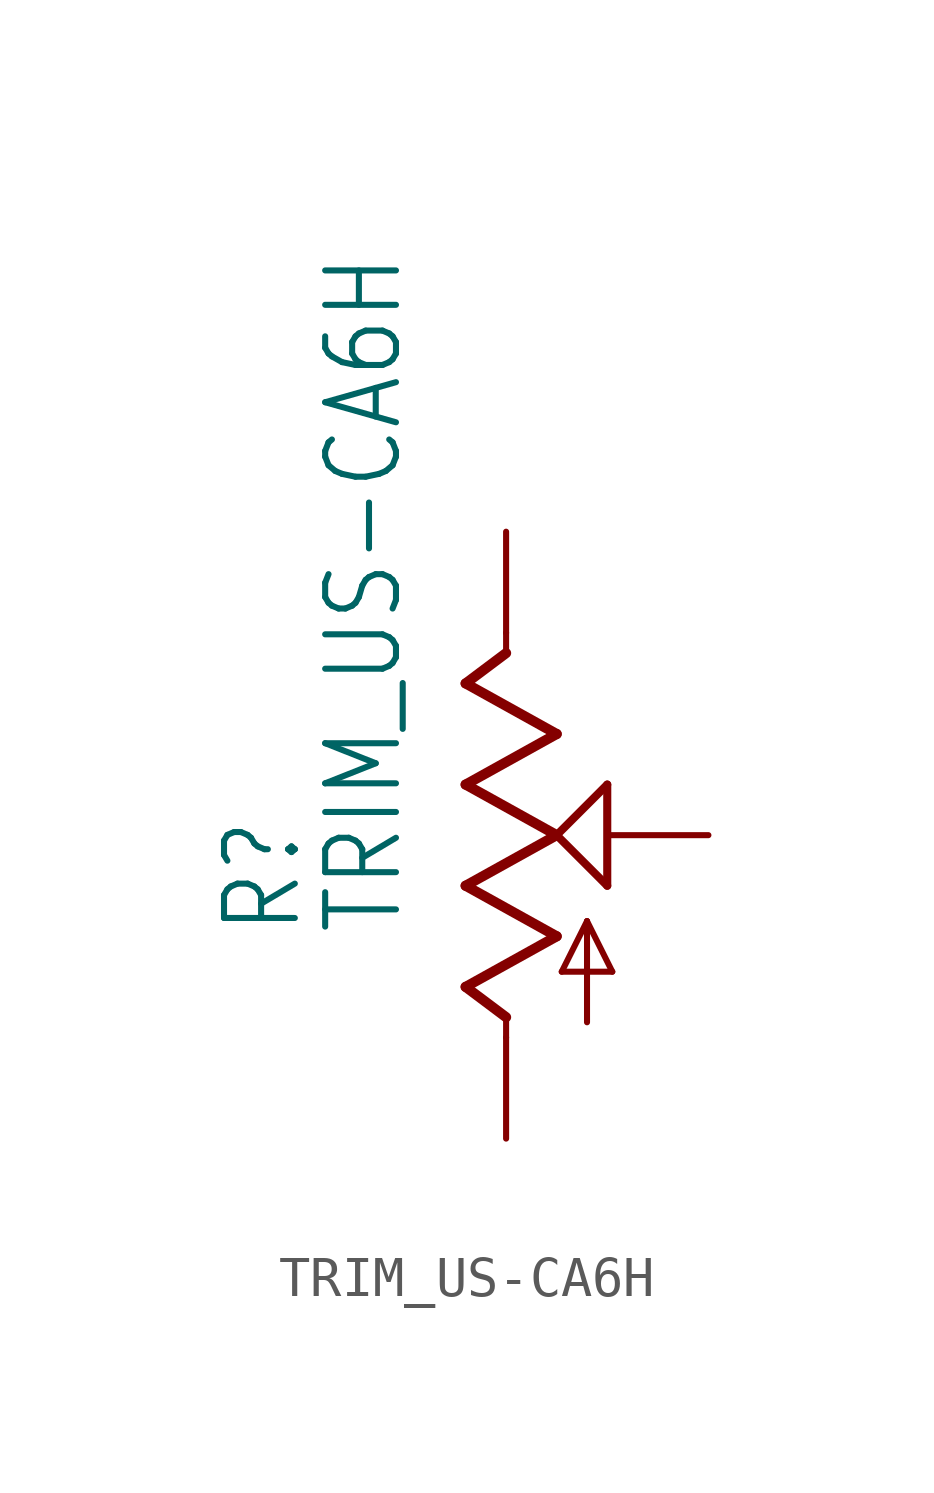
<source format=kicad_sym>
(kicad_symbol_lib
  (version 20211014)
  (generator kicad_symbol_editor)
  (symbol "TRIM_US-CA6H"
    (property "Reference" "R"
      (at -5.08 -2.54 90)
      (effects (font (size 1.778 1.511)) (justify left bottom)))
    (property "Value" "TRIM_US-CA6H"
      (at -2.54 -2.54 90)
      (effects (font (size 1.778 1.511)) (justify left bottom)))
    (property "ki_locked" ""
      (at 0 0 0)
      (effects (font (size 1.27 1.27))))
    (symbol "TRIM_US-CA6H_1_0"
      (polyline (pts (xy -1.016 -3.81) (xy 1.27 -2.54)) (stroke (width 0.254) (type default) (color 0 0 0 0)) (fill (type none)))
      (polyline (pts (xy -1.016 -1.27) (xy 1.27 0)) (stroke (width 0.254) (type default) (color 0 0 0 0)) (fill (type none)))
      (polyline (pts (xy -1.016 1.27) (xy 1.27 2.54)) (stroke (width 0.254) (type default) (color 0 0 0 0)) (fill (type none)))
      (polyline (pts (xy -1.016 3.81) (xy 0 4.572)) (stroke (width 0.254) (type default) (color 0 0 0 0)) (fill (type none)))
      (polyline (pts (xy 0 -5.08) (xy 0 -4.572)) (stroke (width 0.152) (type default) (color 0 0 0 0)) (fill (type none)))
      (polyline (pts (xy 0 -4.572) (xy -1.016 -3.81)) (stroke (width 0.254) (type default) (color 0 0 0 0)) (fill (type none)))
      (polyline (pts (xy 0 4.572) (xy 0 5.08)) (stroke (width 0.152) (type default) (color 0 0 0 0)) (fill (type none)))
      (polyline (pts (xy 1.27 -2.54) (xy -1.016 -1.27)) (stroke (width 0.254) (type default) (color 0 0 0 0)) (fill (type none)))
      (polyline (pts (xy 1.27 0) (xy -1.016 1.27)) (stroke (width 0.254) (type default) (color 0 0 0 0)) (fill (type none)))
      (polyline (pts (xy 1.27 0) (xy 2.54 1.27)) (stroke (width 0.203) (type default) (color 0 0 0 0)) (fill (type none)))
      (polyline (pts (xy 1.27 2.54) (xy -1.016 3.81)) (stroke (width 0.254) (type default) (color 0 0 0 0)) (fill (type none)))
      (polyline (pts (xy 1.397 -3.429) (xy 2.032 -2.159)) (stroke (width 0.152) (type default) (color 0 0 0 0)) (fill (type none)))
      (polyline (pts (xy 2.032 -4.699) (xy 2.032 -2.159)) (stroke (width 0.152) (type default) (color 0 0 0 0)) (fill (type none)))
      (polyline (pts (xy 2.032 -2.159) (xy 2.667 -3.429)) (stroke (width 0.152) (type default) (color 0 0 0 0)) (fill (type none)))
      (polyline (pts (xy 2.54 -1.27) (xy 1.27 0)) (stroke (width 0.203) (type default) (color 0 0 0 0)) (fill (type none)))
      (polyline (pts (xy 2.54 1.27) (xy 2.54 -1.27)) (stroke (width 0.203) (type default) (color 0 0 0 0)) (fill (type none)))
      (polyline (pts (xy 2.667 -3.429) (xy 1.397 -3.429)) (stroke (width 0.152) (type default) (color 0 0 0 0)) (fill (type none)))
      (pin passive line (at 0 -7.62 90) (length 2.54) (name "A" (effects (font (size 0 0)))) (number "A" (effects (font (size 0 0)))))
      (pin passive line (at 0 7.62 270) (length 2.54) (name "E" (effects (font (size 0 0)))) (number "E" (effects (font (size 0 0)))))
      (pin passive line (at 5.08 0 180) (length 2.54) (name "S" (effects (font (size 0 0)))) (number "S" (effects (font (size 0 0))))))))
</source>
